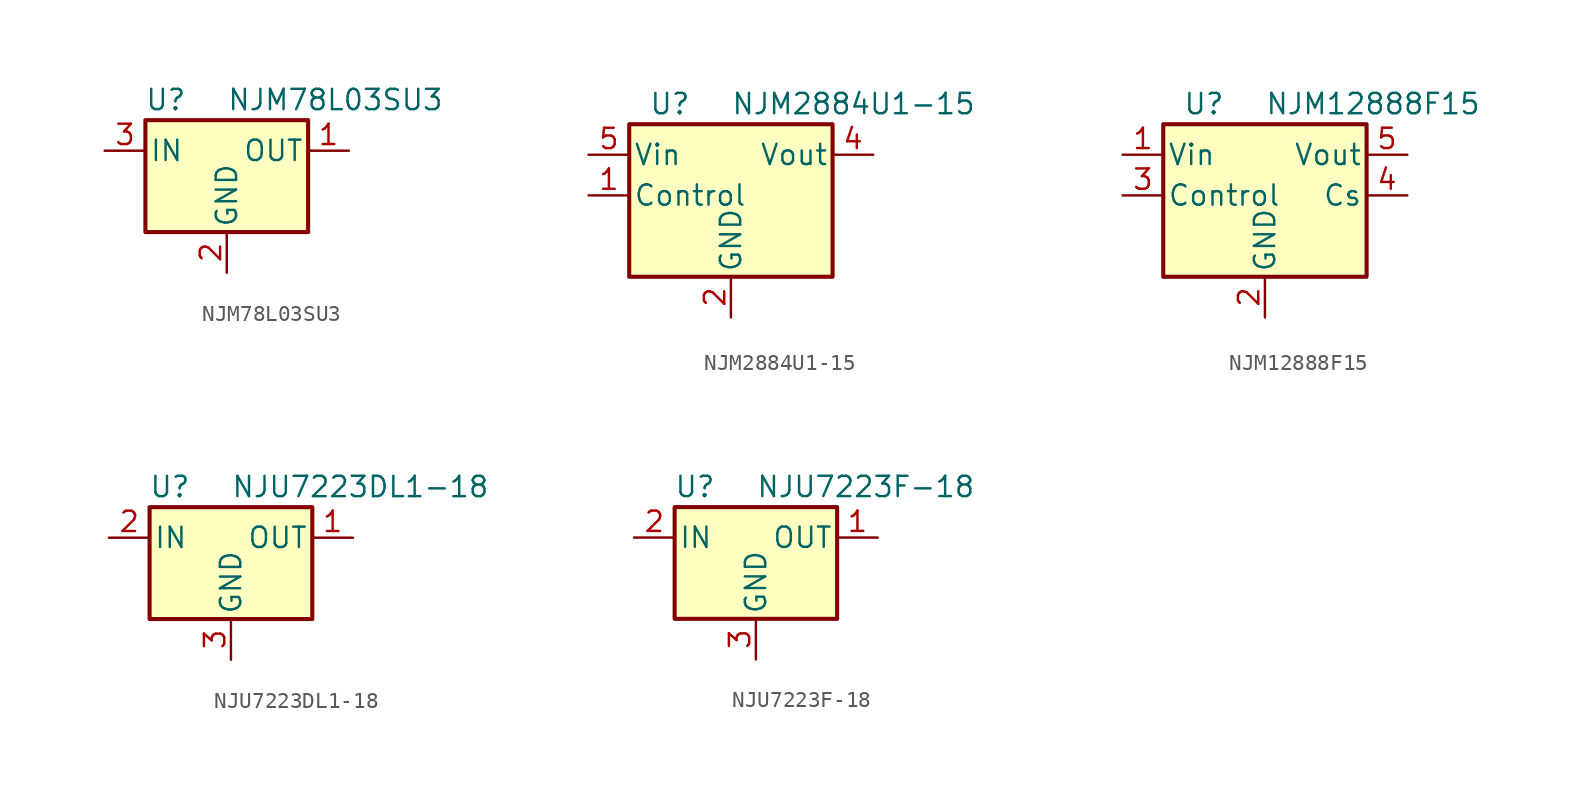
<source format=kicad_sym>
(kicad_symbol_lib
  (version 20220914)
  (generator kicad_symbol_editor)
  (symbol "NJM78L03SU3"
    (pin_names
      (offset 0.254))
    (property "Reference" "U"
      (at -3.81 3.175 0)
      (effects (font (size 1.27 1.27))))
    (property "Value" "NJM78L03SU3"
      (at 0 3.175 0)
      (effects (font (size 1.27 1.27)) (justify left)))
    (symbol "NJM78L03SU3_0_1"
      (rectangle (start -5.08 1.905) (end 5.08 -5.08) (stroke (width 0.254) (type solid)) (fill (type background))))
    (symbol "NJM78L03SU3_1_1"
      (pin power_out line (at 7.62 0 180) (length 2.54) (name "OUT" (effects (font (size 1.27 1.27)))) (number "1" (effects (font (size 1.27 1.27)))))
      (pin power_in line (at 0 -7.62 90) (length 2.54) (name "GND" (effects (font (size 1.27 1.27)))) (number "2" (effects (font (size 1.27 1.27)))))
      (pin power_in line (at -7.62 0 0) (length 2.54) (name "IN" (effects (font (size 1.27 1.27)))) (number "3" (effects (font (size 1.27 1.27)))))))
  (symbol "NJM2884U1-15"
    (pin_names
      (offset 0.254))
    (property "Reference" "U"
      (at -3.81 5.715 0)
      (effects (font (size 1.27 1.27))))
    (property "Value" "NJM2884U1-15"
      (at 0 5.715 0)
      (effects (font (size 1.27 1.27)) (justify left)))
    (symbol "NJM2884U1-15_0_1"
      (rectangle (start -6.35 4.445) (end 6.35 -5.08) (stroke (width 0.254) (type solid)) (fill (type background))))
    (symbol "NJM2884U1-15_1_1"
      (pin input line (at -8.89 0 0) (length 2.54) (name "Control" (effects (font (size 1.27 1.27)))) (number "1" (effects (font (size 1.27 1.27)))))
      (pin power_in line (at 0 -7.62 90) (length 2.54) (name "GND" (effects (font (size 1.27 1.27)))) (number "2" (effects (font (size 1.27 1.27)))))
      (pin no_connect line (at 8.89 0 180) (length 2.54) hide (name "N.C." (effects (font (size 1.27 1.27)))) (number "3" (effects (font (size 1.27 1.27)))))
      (pin power_out line (at 8.89 2.54 180) (length 2.54) (name "Vout" (effects (font (size 1.27 1.27)))) (number "4" (effects (font (size 1.27 1.27)))))
      (pin power_in line (at -8.89 2.54 0) (length 2.54) (name "Vin" (effects (font (size 1.27 1.27)))) (number "5" (effects (font (size 1.27 1.27)))))))
  (symbol "NJM12888F15"
    (pin_names
      (offset 0.254))
    (property "Reference" "U"
      (at -3.81 5.715 0)
      (effects (font (size 1.27 1.27))))
    (property "Value" "NJM12888F15"
      (at 0 5.715 0)
      (effects (font (size 1.27 1.27)) (justify left)))
    (symbol "NJM12888F15_0_1"
      (rectangle (start -6.35 4.445) (end 6.35 -5.08) (stroke (width 0.254) (type solid)) (fill (type background))))
    (symbol "NJM12888F15_1_1"
      (pin power_in line (at -8.89 2.54 0) (length 2.54) (name "Vin" (effects (font (size 1.27 1.27)))) (number "1" (effects (font (size 1.27 1.27)))))
      (pin power_in line (at 0 -7.62 90) (length 2.54) (name "GND" (effects (font (size 1.27 1.27)))) (number "2" (effects (font (size 1.27 1.27)))))
      (pin input line (at -8.89 0 0) (length 2.54) (name "Control" (effects (font (size 1.27 1.27)))) (number "3" (effects (font (size 1.27 1.27)))))
      (pin passive line (at 8.89 0 180) (length 2.54) (name "Cs" (effects (font (size 1.27 1.27)))) (number "4" (effects (font (size 1.27 1.27)))))
      (pin power_out line (at 8.89 2.54 180) (length 2.54) (name "Vout" (effects (font (size 1.27 1.27)))) (number "5" (effects (font (size 1.27 1.27)))))))
  (symbol "NJU7223DL1-18"
    (pin_names
      (offset 0.254))
    (property "Reference" "U"
      (at -3.81 3.175 0)
      (effects (font (size 1.27 1.27))))
    (property "Value" "NJU7223DL1-18"
      (at 0 3.175 0)
      (effects (font (size 1.27 1.27)) (justify left)))
    (symbol "NJU7223DL1-18_0_1"
      (rectangle (start -5.08 1.905) (end 5.08 -5.08) (stroke (width 0.254) (type solid)) (fill (type background))))
    (symbol "NJU7223DL1-18_1_1"
      (pin power_out line (at 7.62 0 180) (length 2.54) (name "OUT" (effects (font (size 1.27 1.27)))) (number "1" (effects (font (size 1.27 1.27)))))
      (pin power_in line (at -7.62 0 0) (length 2.54) (name "IN" (effects (font (size 1.27 1.27)))) (number "2" (effects (font (size 1.27 1.27)))))
      (pin power_in line (at 0 -7.62 90) (length 2.54) (name "GND" (effects (font (size 1.27 1.27)))) (number "3" (effects (font (size 1.27 1.27)))))))
  (symbol "NJU7223F-18"
    (pin_names
      (offset 0.254))
    (property "Reference" "U"
      (at -3.81 3.175 0)
      (effects (font (size 1.27 1.27))))
    (property "Value" "NJU7223F-18"
      (at 0 3.175 0)
      (effects (font (size 1.27 1.27)) (justify left)))
    (symbol "NJU7223F-18_0_1"
      (rectangle (start -5.08 1.905) (end 5.08 -5.08) (stroke (width 0.254) (type solid)) (fill (type background))))
    (symbol "NJU7223F-18_1_1"
      (pin power_out line (at 7.62 0 180) (length 2.54) (name "OUT" (effects (font (size 1.27 1.27)))) (number "1" (effects (font (size 1.27 1.27)))))
      (pin power_in line (at -7.62 0 0) (length 2.54) (name "IN" (effects (font (size 1.27 1.27)))) (number "2" (effects (font (size 1.27 1.27)))))
      (pin power_in line (at 0 -7.62 90) (length 2.54) (name "GND" (effects (font (size 1.27 1.27)))) (number "3" (effects (font (size 1.27 1.27))))))))
</source>
